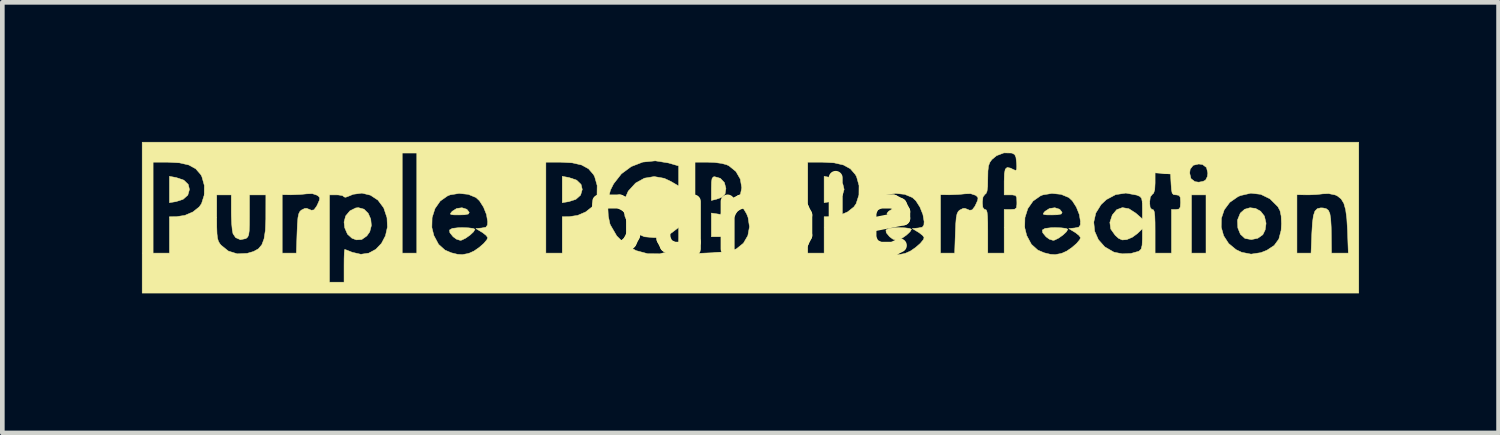
<source format=kicad_pcb>
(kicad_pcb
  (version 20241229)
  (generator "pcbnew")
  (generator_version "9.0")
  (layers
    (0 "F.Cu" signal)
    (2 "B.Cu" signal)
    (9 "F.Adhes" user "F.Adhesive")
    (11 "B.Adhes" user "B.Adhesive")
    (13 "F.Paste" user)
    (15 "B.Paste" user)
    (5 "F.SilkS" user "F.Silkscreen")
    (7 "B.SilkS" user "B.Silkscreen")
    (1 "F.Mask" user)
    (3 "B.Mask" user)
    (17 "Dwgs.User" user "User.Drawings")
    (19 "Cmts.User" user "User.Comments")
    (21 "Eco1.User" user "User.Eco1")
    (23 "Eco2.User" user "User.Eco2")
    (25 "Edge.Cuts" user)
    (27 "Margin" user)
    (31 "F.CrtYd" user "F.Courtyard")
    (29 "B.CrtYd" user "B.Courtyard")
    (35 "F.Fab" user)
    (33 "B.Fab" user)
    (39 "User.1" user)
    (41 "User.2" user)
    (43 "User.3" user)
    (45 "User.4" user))
  (footprint "purple"
    (layer "F.Cu")
    (at 13.057 1.607)
    (property "Reference" "purple" (at 0 0 0) (layer "F.SilkS") (effects (font (size 1.524 1.524) (thickness 0.3))))
    (attr through_hole)
    (fp_poly (pts (xy -12.319 -0.841) (xy -12.157 -0.786) (xy -12.062 -0.694) (xy -12.036 -0.586) (xy -12.071 -0.464) (xy -12.173 -0.374) (xy -12.324 -0.325) (xy -12.466 -0.302) (xy -12.466 -0.868) (xy -12.319 -0.841)) (stroke (width 0.01) (type solid)) (fill yes) (layer "F.SilkS"))
    (fp_poly (pts (xy -3.878 -0.841) (xy -3.716 -0.786) (xy -3.621 -0.694) (xy -3.595 -0.586) (xy -3.631 -0.464) (xy -3.732 -0.374) (xy -3.883 -0.325) (xy -4.025 -0.302) (xy -4.025 -0.868) (xy -3.878 -0.841)) (stroke (width 0.01) (type solid)) (fill yes) (layer "F.SilkS"))
    (fp_poly (pts (xy 1.749 -0.841) (xy 1.911 -0.786) (xy 2.006 -0.694) (xy 2.032 -0.586) (xy 1.996 -0.464) (xy 1.895 -0.374) (xy 1.744 -0.325) (xy 1.602 -0.302) (xy 1.602 -0.868) (xy 1.749 -0.841)) (stroke (width 0.01) (type solid)) (fill yes) (layer "F.SilkS"))
    (fp_poly (pts (xy -0.655 -0.054) (xy -0.485 -0.006) (xy -0.385 0.076) (xy -0.352 0.194) (xy -0.352 0.195) (xy -0.385 0.317) (xy -0.48 0.397) (xy -0.632 0.429) (xy -0.658 0.43) (xy -0.821 0.43) (xy -0.821 -0.079) (xy -0.655 -0.054)) (stroke (width 0.01) (type solid)) (fill yes) (layer "F.SilkS"))
    (fp_poly (pts (xy -0.628 -0.825) (xy -0.541 -0.734) (xy -0.508 -0.608) (xy -0.526 -0.492) (xy -0.589 -0.421) (xy -0.713 -0.376) (xy -0.821 -0.35) (xy -0.821 -0.605) (xy -0.818 -0.744) (xy -0.806 -0.821) (xy -0.781 -0.854) (xy -0.751 -0.86) (xy -0.628 -0.825)) (stroke (width 0.01) (type solid)) (fill yes) (layer "F.SilkS"))
    (fp_poly (pts (xy -6.081 -0.162) (xy -6.065 -0.148) (xy -6.024 -0.093) (xy -6.041 -0.059) (xy -6.123 -0.042) (xy -6.239 -0.039) (xy -6.363 -0.04) (xy -6.421 -0.049) (xy -6.427 -0.071) (xy -6.393 -0.113) (xy -6.389 -0.117) (xy -6.294 -0.177) (xy -6.18 -0.193) (xy -6.081 -0.162)) (stroke (width 0.01) (type solid)) (fill yes) (layer "F.SilkS"))
    (fp_poly (pts (xy 3.298 -0.162) (xy 3.314 -0.148) (xy 3.355 -0.093) (xy 3.338 -0.059) (xy 3.255 -0.042) (xy 3.14 -0.039) (xy 3.016 -0.04) (xy 2.958 -0.049) (xy 2.952 -0.071) (xy 2.985 -0.113) (xy 2.989 -0.117) (xy 3.084 -0.177) (xy 3.199 -0.193) (xy 3.298 -0.162)) (stroke (width 0.01) (type solid)) (fill yes) (layer "F.SilkS"))
    (fp_poly (pts (xy 6.658 -0.162) (xy 6.674 -0.148) (xy 6.716 -0.093) (xy 6.698 -0.059) (xy 6.616 -0.042) (xy 6.5 -0.039) (xy 6.377 -0.04) (xy 6.318 -0.049) (xy 6.312 -0.071) (xy 6.346 -0.113) (xy 6.35 -0.117) (xy 6.445 -0.177) (xy 6.56 -0.193) (xy 6.658 -0.162)) (stroke (width 0.01) (type solid)) (fill yes) (layer "F.SilkS"))
    (fp_poly (pts (xy -8.285 -0.162) (xy -8.195 -0.073) (xy -8.14 0.051) (xy -8.127 0.19) (xy -8.162 0.325) (xy -8.224 0.412) (xy -8.334 0.49) (xy -8.45 0.497) (xy -8.544 0.462) (xy -8.64 0.375) (xy -8.7 0.237) (xy -8.714 0.114) (xy -8.679 -0.017) (xy -8.589 -0.125) (xy -8.465 -0.188) (xy -8.406 -0.195) (xy -8.285 -0.162)) (stroke (width 0.01) (type solid)) (fill yes) (layer "F.SilkS"))
    (fp_poly (pts (xy -6.039 0.239) (xy -5.942 0.251) (xy -5.901 0.269) (xy -5.901 0.27) (xy -5.931 0.324) (xy -6.006 0.394) (xy -6.099 0.46) (xy -6.184 0.502) (xy -6.216 0.508) (xy -6.299 0.482) (xy -6.37 0.43) (xy -6.44 0.344) (xy -6.448 0.286) (xy -6.389 0.251) (xy -6.258 0.236) (xy -6.174 0.234) (xy -6.039 0.239)) (stroke (width 0.01) (type solid)) (fill yes) (layer "F.SilkS"))
    (fp_poly (pts (xy 3.339 0.239) (xy 3.437 0.251) (xy 3.478 0.269) (xy 3.478 0.27) (xy 3.447 0.324) (xy 3.372 0.394) (xy 3.279 0.46) (xy 3.194 0.502) (xy 3.162 0.508) (xy 3.08 0.482) (xy 3.009 0.43) (xy 2.938 0.344) (xy 2.93 0.286) (xy 2.99 0.251) (xy 3.12 0.236) (xy 3.204 0.234) (xy 3.339 0.239)) (stroke (width 0.01) (type solid)) (fill yes) (layer "F.SilkS"))
    (fp_poly (pts (xy 6.7 0.239) (xy 6.797 0.251) (xy 6.838 0.269) (xy 6.838 0.27) (xy 6.808 0.324) (xy 6.733 0.394) (xy 6.64 0.46) (xy 6.555 0.502) (xy 6.523 0.508) (xy 6.44 0.482) (xy 6.37 0.43) (xy 6.299 0.344) (xy 6.291 0.286) (xy 6.35 0.251) (xy 6.481 0.236) (xy 6.565 0.234) (xy 6.7 0.239)) (stroke (width 0.01) (type solid)) (fill yes) (layer "F.SilkS"))
    (fp_poly (pts (xy 10.874 -0.178) (xy 10.982 -0.117) (xy 11.063 -0.013) (xy 11.097 0.132) (xy 11.098 0.15) (xy 11.079 0.283) (xy 11.03 0.385) (xy 11.029 0.386) (xy 10.922 0.462) (xy 10.783 0.491) (xy 10.65 0.467) (xy 10.641 0.463) (xy 10.547 0.376) (xy 10.492 0.241) (xy 10.485 0.085) (xy 10.489 0.06) (xy 10.545 -0.077) (xy 10.638 -0.16) (xy 10.754 -0.193) (xy 10.874 -0.178)) (stroke (width 0.01) (type solid)) (fill yes) (layer "F.SilkS"))
    (fp_poly (pts (xy 13.091 1.641) (xy -13.052 1.641) (xy -13.052 -1.172) (xy -12.817 -1.172) (xy -12.817 0.782) (xy -12.466 0.782) (xy -12.466 0) (xy -12.319 -0.001) (xy -12.134 -0.029) (xy -11.961 -0.103) (xy -11.827 -0.21) (xy -11.777 -0.28) (xy -11.718 -0.467) (xy -11.718 -0.469) (xy -11.45 -0.469) (xy -11.45 0.017) (xy -11.449 0.222) (xy -11.444 0.365) (xy -11.433 0.461) (xy -11.414 0.527) (xy -11.384 0.578) (xy -11.357 0.611) (xy -11.2 0.738) (xy -11.009 0.797) (xy -10.796 0.787) (xy -10.658 0.747) (xy -10.555 0.69) (xy -10.481 0.603) (xy -10.433 0.475) (xy -10.405 0.294) (xy -10.395 0.051) (xy -10.395 -0.01) (xy -10.394 -0.469) (xy -10.746 -0.469) (xy -10.746 -0.021) (xy -10.747 0.174) (xy -10.752 0.305) (xy -10.763 0.387) (xy -10.783 0.434) (xy -10.813 0.462) (xy -10.826 0.47) (xy -10.941 0.494) (xy -11.043 0.449) (xy -11.1 0.365) (xy -11.116 0.284) (xy -11.129 0.148) (xy -11.136 -0.019) (xy -11.137 -0.1) (xy -11.137 -0.469) (xy -11.45 -0.469) (xy -11.718 -0.469) (xy -11.718 -0.473) (xy -10.043 -0.473) (xy -10.043 0.782) (xy -9.739 0.782) (xy -9.724 0.348) (xy -9.716 0.154) (xy -9.705 0.022) (xy -9.688 -0.061) (xy -9.663 -0.112) (xy -9.633 -0.141) (xy -9.559 -0.178) (xy -9.516 -0.18) (xy -9.445 -0.151) (xy -9.416 -0.139) (xy -9.361 -0.147) (xy -9.305 -0.222) (xy -9.285 -0.261) (xy -9.244 -0.355) (xy -9.237 -0.407) (xy -9.267 -0.444) (xy -9.287 -0.46) (xy -9.315 -0.469) (xy -9.027 -0.469) (xy -9.027 1.407) (xy -8.714 1.407) (xy -8.714 1.055) (xy -8.713 0.9) (xy -8.709 0.78) (xy -8.703 0.712) (xy -8.699 0.703) (xy -8.657 0.717) (xy -8.571 0.751) (xy -8.537 0.765) (xy -8.352 0.807) (xy -8.181 0.782) (xy -8.031 0.7) (xy -7.909 0.572) (xy -7.824 0.409) (xy -7.782 0.222) (xy -7.791 0.021) (xy -7.859 -0.183) (xy -7.864 -0.194) (xy -7.986 -0.357) (xy -8.147 -0.463) (xy -8.329 -0.507) (xy -8.518 -0.482) (xy -8.599 -0.448) (xy -8.678 -0.418) (xy -8.714 -0.425) (xy -8.714 -0.429) (xy -8.749 -0.454) (xy -8.835 -0.468) (xy -8.87 -0.469) (xy -9.027 -0.469) (xy -9.315 -0.469) (xy -9.395 -0.496) (xy -9.515 -0.492) (xy -9.657 -0.478) (xy -9.817 -0.472) (xy -9.857 -0.471) (xy -10.043 -0.473) (xy -11.718 -0.473) (xy -11.716 -0.671) (xy -11.769 -0.861) (xy -11.794 -0.907) (xy -11.901 -1.03) (xy -12.05 -1.112) (xy -12.251 -1.158) (xy -12.505 -1.172) (xy -12.817 -1.172) (xy -13.052 -1.172) (xy -13.052 -1.368) (xy -7.464 -1.368) (xy -7.464 0.782) (xy -7.151 0.782) (xy -7.151 0.232) (xy -6.827 0.232) (xy -6.784 0.404) (xy -6.683 0.593) (xy -6.545 0.717) (xy -6.409 0.775) (xy -6.274 0.808) (xy -6.172 0.814) (xy -6.063 0.794) (xy -6.02 0.782) (xy -5.921 0.737) (xy -5.811 0.661) (xy -5.712 0.575) (xy -5.644 0.494) (xy -5.627 0.45) (xy -5.658 0.404) (xy -5.733 0.344) (xy -5.754 0.331) (xy -5.881 0.254) (xy -5.754 0.242) (xy -5.666 0.225) (xy -5.633 0.179) (xy -5.628 0.105) (xy -5.653 -0.047) (xy -5.717 -0.207) (xy -5.804 -0.343) (xy -5.878 -0.412) (xy -6.045 -0.481) (xy -6.242 -0.501) (xy -6.434 -0.47) (xy -6.489 -0.448) (xy -6.647 -0.337) (xy -6.76 -0.175) (xy -6.822 0.02) (xy -6.827 0.232) (xy -7.151 0.232) (xy -7.151 -1.172) (xy -4.377 -1.172) (xy -4.377 0.782) (xy -4.025 0.782) (xy -4.025 0) (xy -3.878 -0.001) (xy -3.693 -0.029) (xy -3.521 -0.103) (xy -3.386 -0.21) (xy -3.382 -0.216) (xy -3.046 -0.216) (xy -3.036 -0.016) (xy -3.001 0.152) (xy -2.99 0.179) (xy -2.853 0.414) (xy -2.665 0.599) (xy -2.439 0.728) (xy -2.188 0.795) (xy -1.926 0.797) (xy -1.665 0.727) (xy -1.585 0.69) (xy -1.543 0.647) (xy -1.527 0.576) (xy -1.524 0.45) (xy -1.524 0.23) (xy -1.667 0.34) (xy -1.764 0.404) (xy -1.861 0.437) (xy -1.989 0.449) (xy -2.055 0.449) (xy -2.256 0.431) (xy -2.41 0.368) (xy -2.541 0.248) (xy -2.608 0.157) (xy -2.678 -0.007) (xy -2.701 -0.201) (xy -2.675 -0.395) (xy -2.607 -0.55) (xy -2.449 -0.723) (xy -2.26 -0.828) (xy -2.05 -0.863) (xy -1.833 -0.825) (xy -1.694 -0.76) (xy -1.524 -0.661) (xy -1.524 -1.092) (xy -1.745 -1.156) (xy -1.846 -1.172) (xy -1.172 -1.172) (xy -1.172 0.791) (xy -0.791 0.774) (xy -0.547 0.756) (xy -0.373 0.724) (xy -0.282 0.69) (xy -0.132 0.569) (xy -0.037 0.406) (xy -0.002 0.216) (xy -0.032 0.017) (xy -0.064 -0.064) (xy -0.124 -0.163) (xy -0.189 -0.23) (xy -0.197 -0.236) (xy -0.239 -0.265) (xy -0.247 -0.309) (xy -0.221 -0.39) (xy -0.207 -0.427) (xy -0.168 -0.622) (xy -0.199 -0.809) (xy -0.293 -0.972) (xy -0.443 -1.094) (xy -0.494 -1.118) (xy -0.6 -1.146) (xy -0.75 -1.166) (xy -0.898 -1.172) (xy 1.25 -1.172) (xy 1.25 0.782) (xy 1.602 0.782) (xy 1.602 0.232) (xy 2.552 0.232) (xy 2.594 0.404) (xy 2.695 0.593) (xy 2.834 0.717) (xy 2.97 0.775) (xy 3.105 0.808) (xy 3.207 0.814) (xy 3.316 0.794) (xy 3.358 0.782) (xy 3.458 0.737) (xy 3.568 0.661) (xy 3.667 0.575) (xy 3.734 0.494) (xy 3.751 0.45) (xy 3.721 0.404) (xy 3.645 0.344) (xy 3.624 0.331) (xy 3.497 0.254) (xy 3.624 0.242) (xy 3.712 0.225) (xy 3.746 0.179) (xy 3.751 0.105) (xy 3.725 -0.047) (xy 3.661 -0.207) (xy 3.574 -0.343) (xy 3.5 -0.412) (xy 3.353 -0.473) (xy 4.103 -0.473) (xy 4.103 0.782) (xy 4.407 0.782) (xy 4.422 0.348) (xy 4.43 0.154) (xy 4.441 0.022) (xy 4.458 -0.061) (xy 4.483 -0.112) (xy 4.513 -0.141) (xy 4.587 -0.178) (xy 4.629 -0.18) (xy 4.7 -0.151) (xy 4.73 -0.139) (xy 4.784 -0.147) (xy 4.841 -0.222) (xy 4.86 -0.261) (xy 4.882 -0.308) (xy 5.002 -0.308) (xy 5.012 -0.201) (xy 5.046 -0.158) (xy 5.06 -0.156) (xy 5.086 -0.145) (xy 5.103 -0.101) (xy 5.113 -0.015) (xy 5.118 0.127) (xy 5.119 0.313) (xy 5.119 0.782) (xy 5.471 0.782) (xy 5.471 0.232) (xy 5.912 0.232) (xy 5.955 0.404) (xy 6.056 0.593) (xy 6.194 0.717) (xy 6.33 0.775) (xy 6.466 0.808) (xy 6.568 0.814) (xy 6.676 0.794) (xy 6.719 0.782) (xy 6.818 0.737) (xy 6.928 0.661) (xy 7.027 0.575) (xy 7.095 0.494) (xy 7.112 0.45) (xy 7.081 0.404) (xy 7.006 0.344) (xy 6.985 0.331) (xy 6.858 0.254) (xy 6.985 0.242) (xy 7.073 0.225) (xy 7.107 0.179) (xy 7.11 0.116) (xy 7.396 0.116) (xy 7.416 0.313) (xy 7.496 0.494) (xy 7.633 0.648) (xy 7.823 0.758) (xy 7.84 0.764) (xy 8.01 0.797) (xy 8.196 0.789) (xy 8.358 0.744) (xy 8.372 0.737) (xy 8.414 0.695) (xy 8.435 0.612) (xy 8.441 0.48) (xy 8.441 0.259) (xy 8.332 0.363) (xy 8.225 0.441) (xy 8.109 0.49) (xy 8.099 0.492) (xy 8.007 0.499) (xy 7.93 0.465) (xy 7.856 0.398) (xy 7.761 0.264) (xy 7.742 0.122) (xy 7.794 -0.036) (xy 7.889 -0.151) (xy 8.011 -0.196) (xy 8.151 -0.172) (xy 8.3 -0.076) (xy 8.302 -0.074) (xy 8.441 0.047) (xy 8.441 -0.188) (xy 8.439 -0.308) (xy 8.597 -0.308) (xy 8.607 -0.201) (xy 8.641 -0.158) (xy 8.656 -0.156) (xy 8.681 -0.145) (xy 8.698 -0.101) (xy 8.708 -0.015) (xy 8.713 0.127) (xy 8.714 0.313) (xy 8.714 0.782) (xy 9.066 0.782) (xy 9.066 -0.156) (xy 9.164 -0.156) (xy 9.226 -0.165) (xy 9.254 -0.205) (xy 9.261 -0.299) (xy 9.261 -0.313) (xy 9.256 -0.413) (xy 9.231 -0.458) (xy 9.172 -0.469) (xy 9.165 -0.469) (xy 9.496 -0.469) (xy 9.496 0.782) (xy 9.808 0.782) (xy 9.808 0.224) (xy 10.135 0.224) (xy 10.187 0.409) (xy 10.294 0.575) (xy 10.455 0.708) (xy 10.576 0.765) (xy 10.777 0.804) (xy 10.987 0.772) (xy 11.116 0.721) (xy 11.273 0.618) (xy 11.373 0.48) (xy 11.422 0.294) (xy 11.43 0.149) (xy 11.423 -0.015) (xy 11.399 -0.128) (xy 11.353 -0.215) (xy 11.349 -0.219) (xy 11.182 -0.385) (xy 11.002 -0.473) (xy 11.762 -0.473) (xy 11.762 0.782) (xy 12.065 0.782) (xy 12.082 0.354) (xy 12.095 0.132) (xy 12.116 -0.023) (xy 12.149 -0.121) (xy 12.2 -0.173) (xy 12.273 -0.19) (xy 12.324 -0.188) (xy 12.391 -0.173) (xy 12.439 -0.136) (xy 12.47 -0.066) (xy 12.488 0.05) (xy 12.498 0.223) (xy 12.501 0.401) (xy 12.505 0.782) (xy 12.866 0.782) (xy 12.849 0.303) (xy 12.834 0.044) (xy 12.809 -0.149) (xy 12.77 -0.287) (xy 12.712 -0.382) (xy 12.632 -0.446) (xy 12.585 -0.468) (xy 12.444 -0.497) (xy 12.32 -0.492) (xy 12.19 -0.477) (xy 12.032 -0.47) (xy 11.967 -0.47) (xy 11.762 -0.473) (xy 11.002 -0.473) (xy 10.986 -0.481) (xy 10.772 -0.506) (xy 10.55 -0.455) (xy 10.496 -0.432) (xy 10.319 -0.309) (xy 10.2 -0.149) (xy 10.139 0.033) (xy 10.135 0.224) (xy 9.808 0.224) (xy 9.808 -0.469) (xy 9.496 -0.469) (xy 9.165 -0.469) (xy 9.111 -0.475) (xy 9.081 -0.506) (xy 9.066 -0.581) (xy 9.058 -0.694) (xy 9.046 -0.918) (xy 8.776 -0.938) (xy 9.457 -0.938) (xy 9.485 -0.819) (xy 9.569 -0.754) (xy 9.652 -0.742) (xy 9.747 -0.76) (xy 9.8 -0.789) (xy 9.837 -0.862) (xy 9.847 -0.938) (xy 9.819 -1.057) (xy 9.735 -1.121) (xy 9.652 -1.133) (xy 9.533 -1.105) (xy 9.468 -1.021) (xy 9.457 -0.938) (xy 8.776 -0.938) (xy 8.714 -0.942) (xy 8.714 -0.724) (xy 8.707 -0.583) (xy 8.683 -0.506) (xy 8.656 -0.483) (xy 8.611 -0.425) (xy 8.597 -0.308) (xy 8.439 -0.308) (xy 8.438 -0.318) (xy 8.425 -0.393) (xy 8.391 -0.434) (xy 8.327 -0.462) (xy 8.318 -0.465) (xy 8.086 -0.508) (xy 7.867 -0.475) (xy 7.668 -0.369) (xy 7.553 -0.261) (xy 7.44 -0.079) (xy 7.396 0.116) (xy 7.11 0.116) (xy 7.111 0.105) (xy 7.086 -0.047) (xy 7.022 -0.207) (xy 6.935 -0.343) (xy 6.861 -0.412) (xy 6.694 -0.481) (xy 6.497 -0.501) (xy 6.305 -0.47) (xy 6.25 -0.448) (xy 6.092 -0.337) (xy 5.979 -0.175) (xy 5.917 0.02) (xy 5.912 0.232) (xy 5.471 0.232) (xy 5.471 -0.156) (xy 5.608 -0.156) (xy 5.695 -0.161) (xy 5.734 -0.19) (xy 5.744 -0.266) (xy 5.744 -0.313) (xy 5.74 -0.413) (xy 5.715 -0.457) (xy 5.648 -0.469) (xy 5.608 -0.469) (xy 5.471 -0.469) (xy 5.471 -0.762) (xy 5.476 -0.926) (xy 5.495 -1.022) (xy 5.536 -1.059) (xy 5.606 -1.045) (xy 5.671 -1.013) (xy 5.717 -0.994) (xy 5.738 -1.013) (xy 5.741 -1.085) (xy 5.737 -1.158) (xy 5.724 -1.275) (xy 5.697 -1.336) (xy 5.643 -1.365) (xy 5.627 -1.369) (xy 5.466 -1.372) (xy 5.307 -1.312) (xy 5.207 -1.229) (xy 5.162 -1.166) (xy 5.135 -1.092) (xy 5.122 -0.983) (xy 5.119 -0.819) (xy 5.119 -0.817) (xy 5.116 -0.651) (xy 5.103 -0.549) (xy 5.08 -0.496) (xy 5.06 -0.483) (xy 5.016 -0.425) (xy 5.002 -0.308) (xy 4.882 -0.308) (xy 4.902 -0.355) (xy 4.909 -0.407) (xy 4.879 -0.444) (xy 4.858 -0.46) (xy 4.75 -0.496) (xy 4.631 -0.492) (xy 4.489 -0.478) (xy 4.329 -0.472) (xy 4.289 -0.471) (xy 4.103 -0.473) (xy 3.353 -0.473) (xy 3.333 -0.481) (xy 3.137 -0.501) (xy 2.945 -0.47) (xy 2.89 -0.448) (xy 2.731 -0.337) (xy 2.618 -0.175) (xy 2.556 0.02) (xy 2.552 0.232) (xy 1.602 0.232) (xy 1.602 0) (xy 1.749 -0.001) (xy 1.934 -0.029) (xy 2.106 -0.103) (xy 2.241 -0.21) (xy 2.29 -0.28) (xy 2.35 -0.467) (xy 2.352 -0.671) (xy 2.299 -0.861) (xy 2.273 -0.907) (xy 2.167 -1.03) (xy 2.018 -1.112) (xy 1.817 -1.158) (xy 1.562 -1.172) (xy 1.25 -1.172) (xy -0.898 -1.172) (xy -1.172 -1.172) (xy -1.846 -1.172) (xy -2.026 -1.201) (xy -2.295 -1.174) (xy -2.541 -1.079) (xy -2.754 -0.922) (xy -2.922 -0.707) (xy -2.99 -0.571) (xy -3.03 -0.413) (xy -3.046 -0.216) (xy -3.382 -0.216) (xy -3.337 -0.28) (xy -3.278 -0.467) (xy -3.275 -0.671) (xy -3.329 -0.861) (xy -3.354 -0.907) (xy -3.46 -1.03) (xy -3.609 -1.112) (xy -3.81 -1.158) (xy -4.065 -1.172) (xy -4.377 -1.172) (xy -7.151 -1.172) (xy -7.151 -1.368) (xy -7.464 -1.368) (xy -13.052 -1.368) (xy -13.052 -1.602) (xy 13.091 -1.602) (xy 13.091 1.641)) (stroke (width 0.01) (type solid)) (fill yes) (layer "F.SilkS")))
  (gr_rect
    (start -3 -3)
    (end 29.152 6.253)
    (stroke (width 0.1) (type default))
    (fill no)
    (layer "Edge.Cuts")))
</source>
